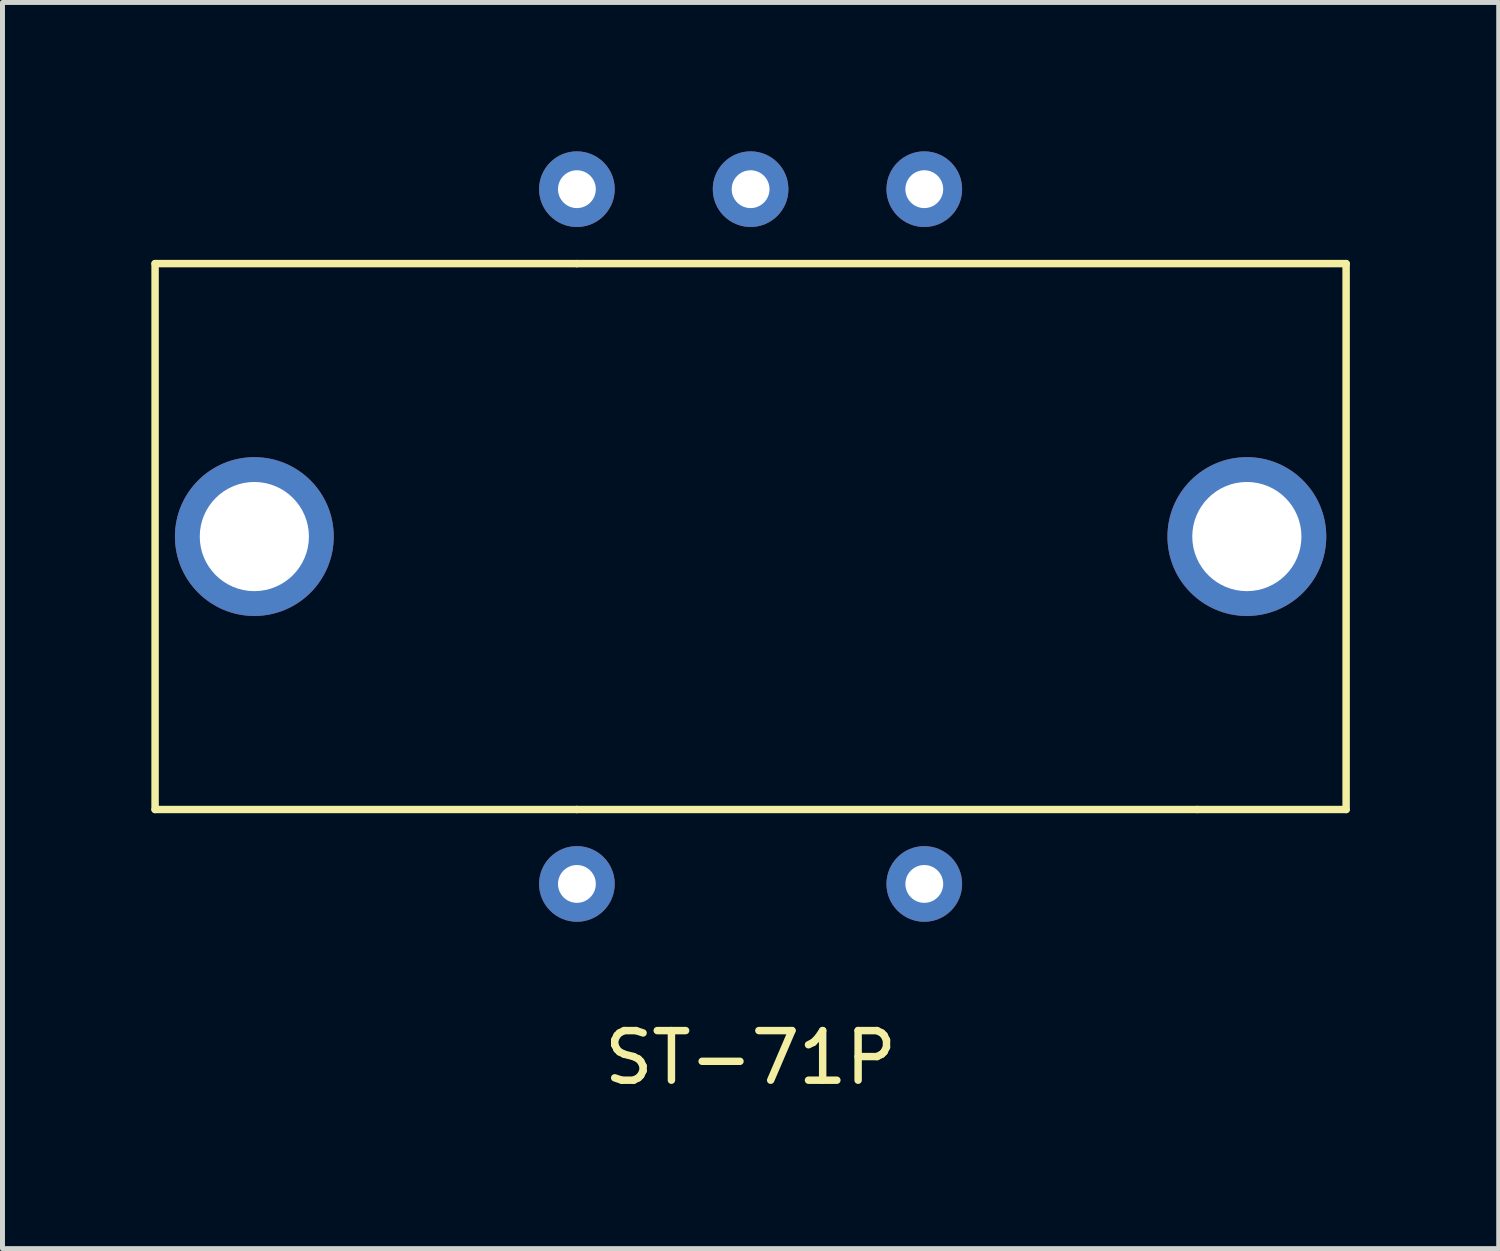
<source format=kicad_pcb>
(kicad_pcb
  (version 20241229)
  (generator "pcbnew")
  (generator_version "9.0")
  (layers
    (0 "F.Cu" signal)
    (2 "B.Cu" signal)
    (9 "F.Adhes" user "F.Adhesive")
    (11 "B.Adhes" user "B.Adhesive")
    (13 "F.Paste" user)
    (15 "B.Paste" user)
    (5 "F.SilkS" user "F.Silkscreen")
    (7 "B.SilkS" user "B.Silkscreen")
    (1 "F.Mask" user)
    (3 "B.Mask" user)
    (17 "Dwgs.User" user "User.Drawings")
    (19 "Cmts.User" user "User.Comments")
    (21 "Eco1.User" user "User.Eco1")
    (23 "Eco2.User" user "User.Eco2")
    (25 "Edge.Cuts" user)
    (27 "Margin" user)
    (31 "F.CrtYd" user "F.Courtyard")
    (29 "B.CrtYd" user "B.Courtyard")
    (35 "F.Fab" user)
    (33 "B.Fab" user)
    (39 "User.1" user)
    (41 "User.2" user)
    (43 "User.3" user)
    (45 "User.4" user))
  (footprint "ST-71P"
    (layer "F.Cu")
    (at 12.075 14.762)
    (property "Reference" "ST-71P" (at 0 3.5 0) (layer "F.SilkS") (effects (font (size 1 1) (thickness 0.15))))
    (attr through_hole)
    (fp_line (start -12 -12.5) (end -12 -1.5) (stroke (width 0.15) (type solid)) (layer "F.SilkS"))
    (fp_line (start -12 -1.5) (end -3.5 -1.5) (stroke (width 0.15) (type solid)) (layer "F.SilkS"))
    (fp_line (start -3.5 -12.5) (end -12 -12.5) (stroke (width 0.15) (type solid)) (layer "F.SilkS"))
    (fp_line (start -3.5 -1.5) (end 9 -1.5) (stroke (width 0.15) (type solid)) (layer "F.SilkS"))
    (fp_line (start 9 -1.5) (end 12 -1.5) (stroke (width 0.15) (type solid)) (layer "F.SilkS"))
    (fp_line (start 12 -12.5) (end -3.5 -12.5) (stroke (width 0.15) (type solid)) (layer "F.SilkS"))
    (fp_line (start 12 -1.5) (end 12 -12.5) (stroke (width 0.15) (type solid)) (layer "F.SilkS"))
    (pad "" thru_hole circle (at -10 -7) (size 3.2 3.2) (drill 2.2) (layers "*.Cu" "*.Mask"))
    (pad "" thru_hole circle (at 10 -7) (size 3.2 3.2) (drill 2.2) (layers "*.Cu" "*.Mask"))
    (pad "1" thru_hole circle (at -3.5 0) (size 1.524 1.524) (drill 0.762) (layers "*.Cu" "*.Mask"))
    (pad "2" thru_hole circle (at 3.5 0) (size 1.524 1.524) (drill 0.762) (layers "*.Cu" "*.Mask"))
    (pad "3" thru_hole circle (at 3.5 -14) (size 1.524 1.524) (drill 0.762) (layers "*.Cu" "*.Mask"))
    (pad "4" thru_hole circle (at 0 -14) (size 1.524 1.524) (drill 0.762) (layers "*.Cu" "*.Mask"))
    (pad "5" thru_hole circle (at -3.5 -14) (size 1.524 1.524) (drill 0.762) (layers "*.Cu" "*.Mask")))
  (gr_rect
    (start -3 -3)
    (end 27.15 22.11)
    (stroke (width 0.1) (type default))
    (fill no)
    (layer "Edge.Cuts")))
</source>
